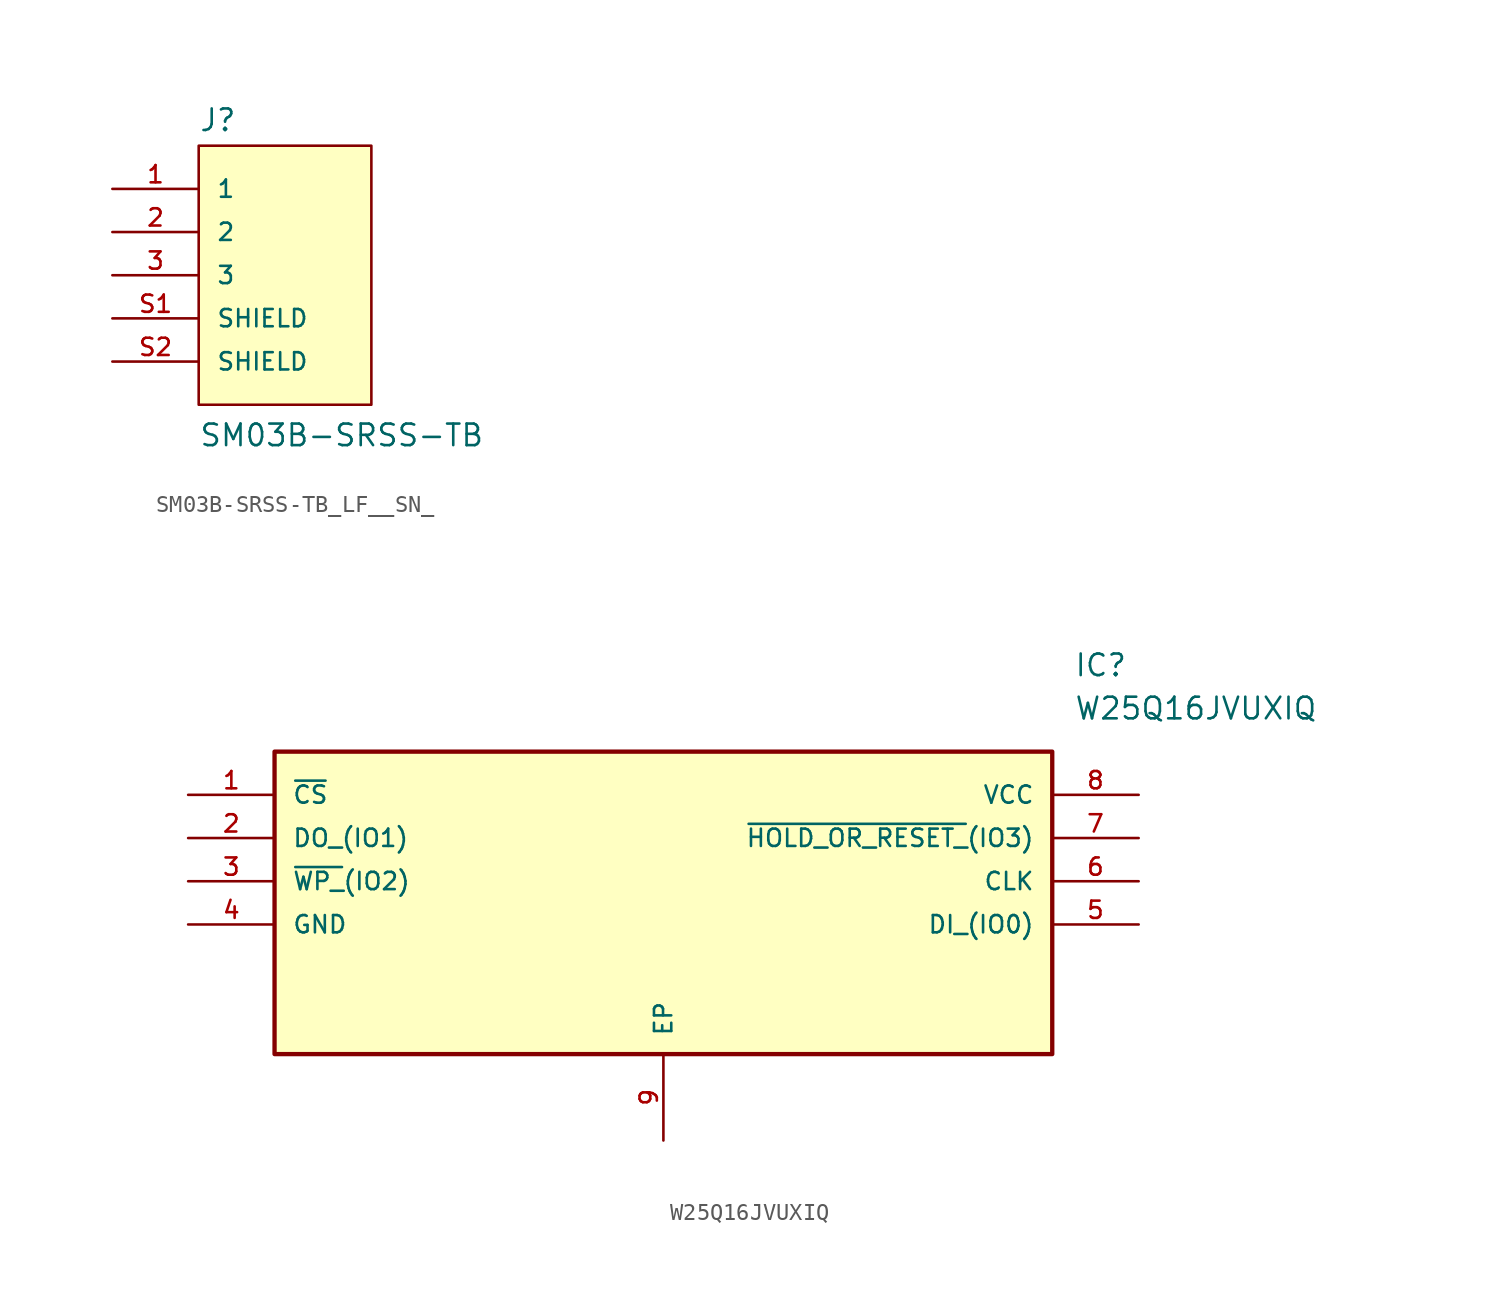
<source format=kicad_sym>
(kicad_symbol_lib
  (version 20220914)
  (generator kicad_symbol_editor)
  (symbol "SM03B-SRSS-TB_LF__SN_"
    (pin_names
      (offset 1.016))
    (property "Reference" "J"
      (at -5.08 8.382 0)
      (effects (font (size 1.27 1.27)) (justify left bottom)))
    (property "Value" "SM03B-SRSS-TB"
      (at -5.08 -10.16 0)
      (effects (font (size 1.27 1.27)) (justify left bottom)))
    (symbol "SM03B-SRSS-TB_LF__SN__0_0"
      (rectangle (start -5.08 -7.62) (end 5.08 7.62) (stroke (width 0.152) (type default)) (fill (type background)))
      (pin passive line (at -10.16 5.08 0) (length 5.08) (name "1" (effects (font (size 1.016 1.016)))) (number "1" (effects (font (size 1.016 1.016)))))
      (pin passive line (at -10.16 2.54 0) (length 5.08) (name "2" (effects (font (size 1.016 1.016)))) (number "2" (effects (font (size 1.016 1.016)))))
      (pin passive line (at -10.16 0 0) (length 5.08) (name "3" (effects (font (size 1.016 1.016)))) (number "3" (effects (font (size 1.016 1.016)))))
      (pin passive line (at -10.16 -2.54 0) (length 5.08) (name "SHIELD" (effects (font (size 1.016 1.016)))) (number "S1" (effects (font (size 1.016 1.016)))))
      (pin passive line (at -10.16 -5.08 0) (length 5.08) (name "SHIELD" (effects (font (size 1.016 1.016)))) (number "S2" (effects (font (size 1.016 1.016)))))))
  (symbol "W25Q16JVUXIQ"
    (pin_names
      (offset 1.016))
    (property "Reference" "IC"
      (at 52.07 7.62 0)
      (effects (font (size 1.27 1.27)) (justify left)))
    (property "Value" "W25Q16JVUXIQ"
      (at 52.07 5.08 0)
      (effects (font (size 1.27 1.27)) (justify left)))
    (symbol "W25Q16JVUXIQ_0_0"
      (rectangle (start 5.08 -15.24) (end 50.8 2.54) (stroke (width 0.254) (type default)) (fill (type background)))
      (pin bidirectional line (at 0 0 0) (length 5.08) (name "~{CS}" (effects (font (size 1.016 1.016)))) (number "1" (effects (font (size 1.016 1.016)))))
      (pin bidirectional line (at 0 -2.54 0) (length 5.08) (name "DO_(IO1)" (effects (font (size 1.016 1.016)))) (number "2" (effects (font (size 1.016 1.016)))))
      (pin bidirectional line (at 0 -5.08 0) (length 5.08) (name "~{WP_}(IO2)" (effects (font (size 1.016 1.016)))) (number "3" (effects (font (size 1.016 1.016)))))
      (pin bidirectional line (at 0 -7.62 0) (length 5.08) (name "GND" (effects (font (size 1.016 1.016)))) (number "4" (effects (font (size 1.016 1.016)))))
      (pin bidirectional line (at 55.88 -7.62 180) (length 5.08) (name "DI_(IO0)" (effects (font (size 1.016 1.016)))) (number "5" (effects (font (size 1.016 1.016)))))
      (pin bidirectional line (at 55.88 -5.08 180) (length 5.08) (name "CLK" (effects (font (size 1.016 1.016)))) (number "6" (effects (font (size 1.016 1.016)))))
      (pin bidirectional line (at 55.88 -2.54 180) (length 5.08) (name "~{HOLD_OR_RESET_}(IO3)" (effects (font (size 1.016 1.016)))) (number "7" (effects (font (size 1.016 1.016)))))
      (pin bidirectional line (at 55.88 0 180) (length 5.08) (name "VCC" (effects (font (size 1.016 1.016)))) (number "8" (effects (font (size 1.016 1.016)))))
      (pin bidirectional line (at 27.94 -20.32 90) (length 5.08) (name "EP" (effects (font (size 1.016 1.016)))) (number "9" (effects (font (size 1.016 1.016))))))))
</source>
